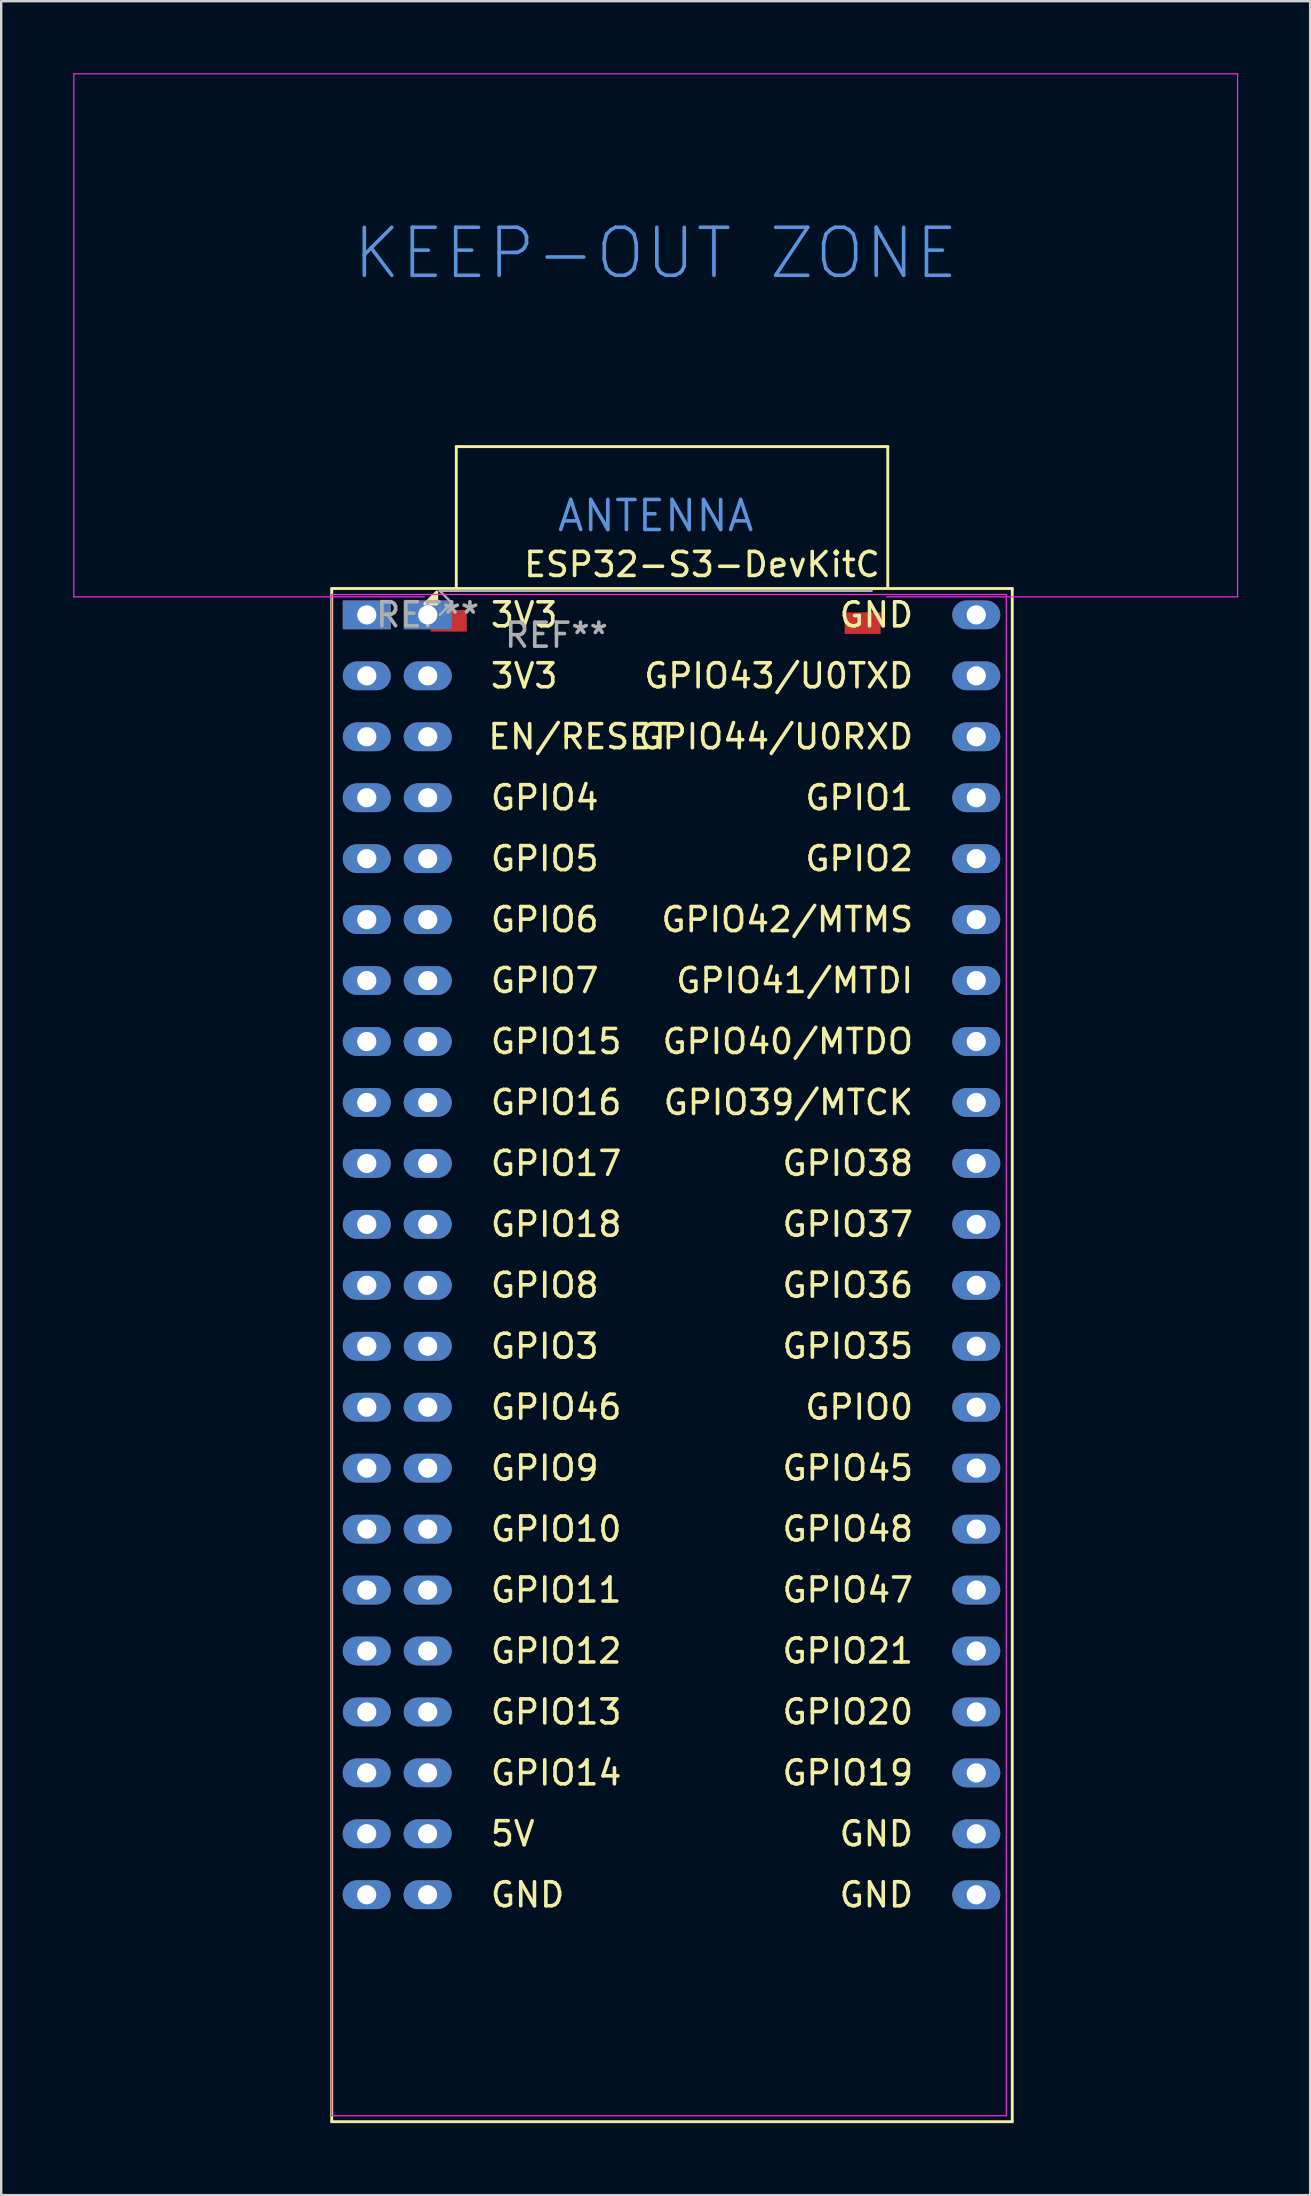
<source format=kicad_pcb>
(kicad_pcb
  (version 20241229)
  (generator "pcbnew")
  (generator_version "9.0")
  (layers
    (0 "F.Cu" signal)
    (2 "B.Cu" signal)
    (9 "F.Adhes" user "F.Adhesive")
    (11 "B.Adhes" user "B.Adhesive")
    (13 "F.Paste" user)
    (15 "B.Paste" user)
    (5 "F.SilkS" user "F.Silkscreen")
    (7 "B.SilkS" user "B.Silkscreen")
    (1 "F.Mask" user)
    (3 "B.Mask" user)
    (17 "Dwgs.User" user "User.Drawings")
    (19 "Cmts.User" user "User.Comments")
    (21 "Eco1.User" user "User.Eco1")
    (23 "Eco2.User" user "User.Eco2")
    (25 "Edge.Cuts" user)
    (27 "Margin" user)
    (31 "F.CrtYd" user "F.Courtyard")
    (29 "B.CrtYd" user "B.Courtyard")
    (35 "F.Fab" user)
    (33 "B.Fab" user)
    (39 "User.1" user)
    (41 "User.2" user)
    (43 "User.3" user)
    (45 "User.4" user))
  (footprint "ESP32-S3-DevKitC"
    (layer "F.Cu")
    (at 35.525 33.825)
    (property "Reference" "ESP32-S3-DevKitC" (at -9.32 -13.35 0) (layer "F.SilkS") (effects (font (size 1 1) (thickness 0.15))))
    (attr through_hole)
    (fp_line (start -24.75 -12.35) (end -24.75 51.547) (stroke (width 0.12) (type solid)) (layer "F.SilkS"))
    (fp_line (start -24.75 51.547) (end 3.61 51.547) (stroke (width 0.12) (type solid)) (layer "F.SilkS"))
    (fp_line (start -19.56 -18.263) (end -1.577 -18.263) (stroke (width 0.12) (type solid)) (layer "F.SilkS"))
    (fp_line (start -19.56 -12.37) (end -19.56 -18.263) (stroke (width 0.12) (type solid)) (layer "F.SilkS"))
    (fp_line (start -1.577 -18.263) (end -1.577 -12.37) (stroke (width 0.12) (type solid)) (layer "F.SilkS"))
    (fp_line (start 3.61 51.547) (end 3.61 -12.35) (stroke (width 0.12) (type solid)) (layer "F.SilkS"))
    (fp_line (start 3.61 -12.35) (end -24.75 -12.35) (stroke (width 0.12) (type solid)) (layer "F.SilkS"))
    (fp_poly (pts (xy -20.375 -11.705) (xy -20.875 -11.705) (xy -20.375 -12.205) (xy -20.375 -11.705)) (stroke (width 0.12) (type solid)) (fill yes) (layer "F.SilkS"))
    (fp_line (start -35.5 -33.8) (end -35.5 -12) (stroke (width 0.05) (type solid)) (layer "F.CrtYd"))
    (fp_line (start -35.5 -12) (end -20.88 -12) (stroke (width 0.05) (type solid)) (layer "F.CrtYd"))
    (fp_line (start -24.75 -12.1) (end 3.36 -12.1) (stroke (width 0.05) (type solid)) (layer "F.CrtYd"))
    (fp_line (start -24.75 51.297) (end -24.75 -12.1) (stroke (width 0.05) (type solid)) (layer "F.CrtYd"))
    (fp_line (start -1.62 -12) (end 13 -12) (stroke (width 0.05) (type solid)) (layer "F.CrtYd"))
    (fp_line (start 3.36 -12.1) (end 3.36 51.297) (stroke (width 0.05) (type solid)) (layer "F.CrtYd"))
    (fp_line (start 3.36 51.297) (end -24.75 51.297) (stroke (width 0.05) (type solid)) (layer "F.CrtYd"))
    (fp_line (start 13 -33.8) (end -35.5 -33.8) (stroke (width 0.05) (type solid)) (layer "F.CrtYd"))
    (fp_line (start 13 -12) (end 13 -33.8) (stroke (width 0.05) (type solid)) (layer "F.CrtYd"))
    (fp_line (start -20.25 -11.25) (end -19.75 -11.75) (stroke (width 0.1) (type solid)) (layer "F.Fab"))
    (fp_line (start -19.75 -11.75) (end -20.25 -12.25) (stroke (width 0.1) (type solid)) (layer "F.Fab"))
    (fp_line (start -2.25 -12.253) (end -20.25 -12.253) (stroke (width 0.1) (type solid)) (layer "F.Fab"))
    (fp_text user "GPIO8" (at -18.21 16.69 0) (unlocked yes) (layer "F.SilkS") (effects (font (size 1 1) (thickness 0.15)) (justify left)))
    (fp_text user "GPIO37" (at -0.43 14.15 0) (unlocked yes) (layer "F.SilkS") (effects (font (size 1 1) (thickness 0.15)) (justify right)))
    (fp_text user "GPIO19" (at -0.43 37.01 0) (unlocked yes) (layer "F.SilkS") (effects (font (size 1 1) (thickness 0.15)) (justify right)))
    (fp_text user "GPIO3" (at -18.21 19.23 0) (unlocked yes) (layer "F.SilkS") (effects (font (size 1 1) (thickness 0.15)) (justify left)))
    (fp_text user "GND" (at -18.21 42.09 0) (unlocked yes) (layer "F.SilkS") (effects (font (size 1 1) (thickness 0.15)) (justify left)))
    (fp_text user "GPIO11" (at -18.21 29.39 0) (unlocked yes) (layer "F.SilkS") (effects (font (size 1 1) (thickness 0.15)) (justify left)))
    (fp_text user "GPIO21" (at -0.43 31.93 0) (unlocked yes) (layer "F.SilkS") (effects (font (size 1 1) (thickness 0.15)) (justify right)))
    (fp_text user "GND" (at -0.43 42.09 0) (unlocked yes) (layer "F.SilkS") (effects (font (size 1 1) (thickness 0.15)) (justify right)))
    (fp_text user "3V3" (at -18.21 -8.71 0) (unlocked yes) (layer "F.SilkS") (effects (font (size 1 1) (thickness 0.15)) (justify left)))
    (fp_text user "GPIO48" (at -0.43 26.85 0) (unlocked yes) (layer "F.SilkS") (effects (font (size 1 1) (thickness 0.15)) (justify right)))
    (fp_text user "GPIO12" (at -18.21 31.93 0) (unlocked yes) (layer "F.SilkS") (effects (font (size 1 1) (thickness 0.15)) (justify left)))
    (fp_text user "GPIO13" (at -18.21 34.47 0) (unlocked yes) (layer "F.SilkS") (effects (font (size 1 1) (thickness 0.15)) (justify left)))
    (fp_text user "GND" (at -0.43 -11.25 0) (unlocked yes) (layer "F.SilkS") (effects (font (size 1 1) (thickness 0.15)) (justify right)))
    (fp_text user "GPIO44/U0RXD" (at -0.43 -6.17 0) (unlocked yes) (layer "F.SilkS") (effects (font (size 1 1) (thickness 0.15)) (justify right)))
    (fp_text user "GPIO18" (at -18.21 14.15 0) (unlocked yes) (layer "F.SilkS") (effects (font (size 1 1) (thickness 0.15)) (justify left)))
    (fp_text user "GPIO39/MTCK" (at -0.43 9.07 0) (unlocked yes) (layer "F.SilkS") (effects (font (size 1 1) (thickness 0.15)) (justify right)))
    (fp_text user "GPIO43/U0TXD" (at -0.43 -8.71 0) (unlocked yes) (layer "F.SilkS") (effects (font (size 1 1) (thickness 0.15)) (justify right)))
    (fp_text user "GPIO38" (at -0.43 11.61 0) (unlocked yes) (layer "F.SilkS") (effects (font (size 1 1) (thickness 0.15)) (justify right)))
    (fp_text user "GPIO42/MTMS" (at -0.43 1.45 0) (unlocked yes) (layer "F.SilkS") (effects (font (size 1 1) (thickness 0.15)) (justify right)))
    (fp_text user "GPIO14" (at -18.21 37.01 0) (unlocked yes) (layer "F.SilkS") (effects (font (size 1 1) (thickness 0.15)) (justify left)))
    (fp_text user "GPIO7" (at -18.21 3.99 0) (unlocked yes) (layer "F.SilkS") (effects (font (size 1 1) (thickness 0.15)) (justify left)))
    (fp_text user "GPIO47" (at -0.43 29.39 0) (unlocked yes) (layer "F.SilkS") (effects (font (size 1 1) (thickness 0.15)) (justify right)))
    (fp_text user "GPIO46" (at -18.21 21.77 0) (unlocked yes) (layer "F.SilkS") (effects (font (size 1 1) (thickness 0.15)) (justify left)))
    (fp_text user "GPIO10" (at -18.21 26.85 0) (unlocked yes) (layer "F.SilkS") (effects (font (size 1 1) (thickness 0.15)) (justify left)))
    (fp_text user "GPIO20" (at -0.43 34.47 0) (unlocked yes) (layer "F.SilkS") (effects (font (size 1 1) (thickness 0.15)) (justify right)))
    (fp_text user "GPIO9" (at -18.21 24.31 0) (unlocked yes) (layer "F.SilkS") (effects (font (size 1 1) (thickness 0.15)) (justify left)))
    (fp_text user "EN/RESET" (at -10.594 -6.173 0) (unlocked yes) (layer "F.SilkS") (effects (font (size 1 1) (thickness 0.15)) (justify right)))
    (fp_text user "GND" (at -0.43 39.55 0) (unlocked yes) (layer "F.SilkS") (effects (font (size 1 1) (thickness 0.15)) (justify right)))
    (fp_text user "GPIO36" (at -0.43 16.69 0) (unlocked yes) (layer "F.SilkS") (effects (font (size 1 1) (thickness 0.15)) (justify right)))
    (fp_text user "GPIO0" (at -0.43 21.77 0) (unlocked yes) (layer "F.SilkS") (effects (font (size 1 1) (thickness 0.15)) (justify right)))
    (fp_text user "GPIO15" (at -18.21 6.53 0) (unlocked yes) (layer "F.SilkS") (effects (font (size 1 1) (thickness 0.15)) (justify left)))
    (fp_text user "GPIO41/MTDI" (at -0.43 3.99 0) (unlocked yes) (layer "F.SilkS") (effects (font (size 1 1) (thickness 0.15)) (justify right)))
    (fp_text user "5V" (at -18.21 39.547 0) (unlocked yes) (layer "F.SilkS") (effects (font (size 1 1) (thickness 0.15)) (justify left)))
    (fp_text user "GPIO35" (at -0.43 19.23 0) (unlocked yes) (layer "F.SilkS") (effects (font (size 1 1) (thickness 0.15)) (justify right)))
    (fp_text user "GPIO6" (at -18.21 1.45 0) (unlocked yes) (layer "F.SilkS") (effects (font (size 1 1) (thickness 0.15)) (justify left)))
    (fp_text user "GPIO45" (at -0.43 24.31 0) (unlocked yes) (layer "F.SilkS") (effects (font (size 1 1) (thickness 0.15)) (justify right)))
    (fp_text user "GPIO1" (at -0.43 -3.63 0) (unlocked yes) (layer "F.SilkS") (effects (font (size 1 1) (thickness 0.15)) (justify right)))
    (fp_text user "GPIO5" (at -18.21 -1.09 0) (unlocked yes) (layer "F.SilkS") (effects (font (size 1 1) (thickness 0.15)) (justify left)))
    (fp_text user "GPIO16" (at -18.21 9.07 0) (unlocked yes) (layer "F.SilkS") (effects (font (size 1 1) (thickness 0.15)) (justify left)))
    (fp_text user "GPIO17" (at -18.21 11.61 0) (unlocked yes) (layer "F.SilkS") (effects (font (size 1 1) (thickness 0.15)) (justify left)))
    (fp_text user "GPIO2" (at -0.43 -1.09 0) (unlocked yes) (layer "F.SilkS") (effects (font (size 1 1) (thickness 0.15)) (justify right)))
    (fp_text user "GPIO40/MTDO" (at -0.43 6.53 0) (unlocked yes) (layer "F.SilkS") (effects (font (size 1 1) (thickness 0.15)) (justify right)))
    (fp_text user "GPIO4" (at -18.21 -3.63 0) (unlocked yes) (layer "F.SilkS") (effects (font (size 1 1) (thickness 0.15)) (justify left)))
    (fp_text user "3V3" (at -18.21 -11.25 0) (unlocked yes) (layer "F.SilkS") (effects (font (size 1 1) (thickness 0.15)) (justify left)))
    (fp_text user "KEEP-OUT ZONE" (at -11.25 -26.32 0) (layer "Cmts.User") (effects (font (size 2 2) (thickness 0.15))))
    (fp_text user "ANTENNA" (at -11.25 -15.38 0) (layer "Cmts.User") (effects (font (size 1.25 1.25) (thickness 0.15))))
    (fp_text user "REF**" (at -15.384 -10.403 0) (layer "F.Fab") (effects (font (size 1 1) (thickness 0.15))))
    (fp_text user "REF**" (at -20.754 -11.253 0) (layer "F.Fab") (effects (font (size 1 1) (thickness 0.15))))
    (pad "1" thru_hole rect (at -23.29 -11.25 270) (size 1.2 2) (drill 0.8) (layers "*.Cu" "*.Mask"))
    (pad "1" thru_hole rect (at -20.75 -11.25 270) (size 1.2 2) (drill 0.8) (layers "*.Cu" "*.Mask"))
    (pad "1" smd rect (at -19.875 -11.005) (size 1.5 0.9) (layers "F.Cu" "F.Mask" "F.Paste"))
    (pad "2" thru_hole oval (at -23.29 -8.71 270) (size 1.2 2) (drill 0.8) (layers "*.Cu" "*.Mask"))
    (pad "2" thru_hole oval (at -20.75 -8.71 270) (size 1.2 2) (drill 0.8) (layers "*.Cu" "*.Mask"))
    (pad "3" thru_hole oval (at -23.29 -6.17 270) (size 1.2 2) (drill 0.8) (layers "*.Cu" "*.Mask"))
    (pad "3" thru_hole oval (at -20.75 -6.17 270) (size 1.2 2) (drill 0.8) (layers "*.Cu" "*.Mask"))
    (pad "4" thru_hole oval (at -23.29 -3.63 270) (size 1.2 2) (drill 0.8) (layers "*.Cu" "*.Mask"))
    (pad "4" thru_hole oval (at -20.75 -3.63 270) (size 1.2 2) (drill 0.8) (layers "*.Cu" "*.Mask"))
    (pad "5" thru_hole oval (at -23.29 -1.09 270) (size 1.2 2) (drill 0.8) (layers "*.Cu" "*.Mask"))
    (pad "5" thru_hole oval (at -20.75 -1.09 270) (size 1.2 2) (drill 0.8) (layers "*.Cu" "*.Mask"))
    (pad "6" thru_hole oval (at -23.29 1.45 270) (size 1.2 2) (drill 0.8) (layers "*.Cu" "*.Mask"))
    (pad "6" thru_hole oval (at -20.75 1.45 270) (size 1.2 2) (drill 0.8) (layers "*.Cu" "*.Mask"))
    (pad "7" thru_hole oval (at -23.29 3.99 270) (size 1.2 2) (drill 0.8) (layers "*.Cu" "*.Mask"))
    (pad "7" thru_hole oval (at -20.75 3.99 270) (size 1.2 2) (drill 0.8) (layers "*.Cu" "*.Mask"))
    (pad "8" thru_hole oval (at -23.29 6.53 270) (size 1.2 2) (drill 0.8) (layers "*.Cu" "*.Mask"))
    (pad "8" thru_hole oval (at -20.75 6.53 270) (size 1.2 2) (drill 0.8) (layers "*.Cu" "*.Mask"))
    (pad "9" thru_hole oval (at -23.29 9.07 270) (size 1.2 2) (drill 0.8) (layers "*.Cu" "*.Mask"))
    (pad "9" thru_hole oval (at -20.75 9.07 270) (size 1.2 2) (drill 0.8) (layers "*.Cu" "*.Mask"))
    (pad "10" thru_hole oval (at -23.29 11.61 270) (size 1.2 2) (drill 0.8) (layers "*.Cu" "*.Mask"))
    (pad "10" thru_hole oval (at -20.75 11.61 270) (size 1.2 2) (drill 0.8) (layers "*.Cu" "*.Mask"))
    (pad "11" thru_hole oval (at -23.29 14.15 270) (size 1.2 2) (drill 0.8) (layers "*.Cu" "*.Mask"))
    (pad "11" thru_hole oval (at -20.75 14.15 270) (size 1.2 2) (drill 0.8) (layers "*.Cu" "*.Mask"))
    (pad "12" thru_hole oval (at -23.29 16.69 270) (size 1.2 2) (drill 0.8) (layers "*.Cu" "*.Mask"))
    (pad "12" thru_hole oval (at -20.75 16.69 270) (size 1.2 2) (drill 0.8) (layers "*.Cu" "*.Mask"))
    (pad "13" thru_hole oval (at -23.29 19.23 270) (size 1.2 2) (drill 0.8) (layers "*.Cu" "*.Mask"))
    (pad "13" thru_hole oval (at -20.75 19.23 270) (size 1.2 2) (drill 0.8) (layers "*.Cu" "*.Mask"))
    (pad "14" thru_hole oval (at -23.29 21.77 270) (size 1.2 2) (drill 0.8) (layers "*.Cu" "*.Mask"))
    (pad "14" thru_hole oval (at -20.75 21.77 270) (size 1.2 2) (drill 0.8) (layers "*.Cu" "*.Mask"))
    (pad "15" thru_hole oval (at -23.29 24.31 270) (size 1.2 2) (drill 0.8) (layers "*.Cu" "*.Mask"))
    (pad "15" thru_hole oval (at -20.75 24.31 270) (size 1.2 2) (drill 0.8) (layers "*.Cu" "*.Mask"))
    (pad "16" thru_hole oval (at -23.29 26.85 270) (size 1.2 2) (drill 0.8) (layers "*.Cu" "*.Mask"))
    (pad "16" thru_hole oval (at -20.75 26.85 270) (size 1.2 2) (drill 0.8) (layers "*.Cu" "*.Mask"))
    (pad "17" thru_hole oval (at -23.29 29.39 270) (size 1.2 2) (drill 0.8) (layers "*.Cu" "*.Mask"))
    (pad "17" thru_hole oval (at -20.75 29.39 270) (size 1.2 2) (drill 0.8) (layers "*.Cu" "*.Mask"))
    (pad "18" thru_hole oval (at -23.29 31.93 270) (size 1.2 2) (drill 0.8) (layers "*.Cu" "*.Mask"))
    (pad "18" thru_hole oval (at -20.75 31.93 270) (size 1.2 2) (drill 0.8) (layers "*.Cu" "*.Mask"))
    (pad "19" thru_hole oval (at -23.29 34.47 270) (size 1.2 2) (drill 0.8) (layers "*.Cu" "*.Mask"))
    (pad "19" thru_hole oval (at -20.75 34.47 270) (size 1.2 2) (drill 0.8) (layers "*.Cu" "*.Mask"))
    (pad "20" thru_hole oval (at -23.294 37.007 270) (size 1.2 2) (drill 0.8) (layers "*.Cu" "*.Mask"))
    (pad "20" thru_hole oval (at -20.754 37.007 270) (size 1.2 2) (drill 0.8) (layers "*.Cu" "*.Mask"))
    (pad "21" thru_hole oval (at -23.294 39.547 270) (size 1.2 2) (drill 0.8) (layers "*.Cu" "*.Mask"))
    (pad "21" thru_hole oval (at -20.754 39.547 270) (size 1.2 2) (drill 0.8) (layers "*.Cu" "*.Mask"))
    (pad "22" thru_hole oval (at -23.294 42.087 270) (size 1.2 2) (drill 0.8) (layers "*.Cu" "*.Mask"))
    (pad "22" thru_hole oval (at -20.754 42.087 270) (size 1.2 2) (drill 0.8) (layers "*.Cu" "*.Mask"))
    (pad "23" thru_hole oval (at 2.11 42.09 270) (size 1.2 2) (drill 0.8) (layers "*.Cu" "*.Mask"))
    (pad "24" thru_hole oval (at 2.11 39.55 270) (size 1.2 2) (drill 0.8) (layers "*.Cu" "*.Mask"))
    (pad "25" thru_hole oval (at 2.11 37.01 270) (size 1.2 2) (drill 0.8) (layers "*.Cu" "*.Mask"))
    (pad "26" thru_hole oval (at 2.11 34.47 270) (size 1.2 2) (drill 0.8) (layers "*.Cu" "*.Mask"))
    (pad "27" thru_hole oval (at 2.11 31.93 270) (size 1.2 2) (drill 0.8) (layers "*.Cu" "*.Mask"))
    (pad "28" thru_hole oval (at 2.11 29.39 270) (size 1.2 2) (drill 0.8) (layers "*.Cu" "*.Mask"))
    (pad "29" thru_hole oval (at 2.11 26.85 270) (size 1.2 2) (drill 0.8) (layers "*.Cu" "*.Mask"))
    (pad "30" thru_hole oval (at 2.11 24.31 270) (size 1.2 2) (drill 0.8) (layers "*.Cu" "*.Mask"))
    (pad "31" thru_hole oval (at 2.11 21.77 270) (size 1.2 2) (drill 0.8) (layers "*.Cu" "*.Mask"))
    (pad "32" thru_hole oval (at 2.11 19.23 270) (size 1.2 2) (drill 0.8) (layers "*.Cu" "*.Mask"))
    (pad "33" thru_hole oval (at 2.11 16.69 270) (size 1.2 2) (drill 0.8) (layers "*.Cu" "*.Mask"))
    (pad "34" thru_hole oval (at 2.11 14.15 270) (size 1.2 2) (drill 0.8) (layers "*.Cu" "*.Mask"))
    (pad "35" thru_hole oval (at 2.11 11.61 270) (size 1.2 2) (drill 0.8) (layers "*.Cu" "*.Mask"))
    (pad "36" thru_hole oval (at 2.11 9.07 270) (size 1.2 2) (drill 0.8) (layers "*.Cu" "*.Mask"))
    (pad "37" thru_hole oval (at 2.11 6.53 270) (size 1.2 2) (drill 0.8) (layers "*.Cu" "*.Mask"))
    (pad "38" thru_hole oval (at 2.11 3.99 270) (size 1.2 2) (drill 0.8) (layers "*.Cu" "*.Mask"))
    (pad "39" thru_hole oval (at 2.11 1.45 270) (size 1.2 2) (drill 0.8) (layers "*.Cu" "*.Mask"))
    (pad "40" thru_hole oval (at 2.11 -1.09 270) (size 1.2 2) (drill 0.8) (layers "*.Cu" "*.Mask"))
    (pad "41" thru_hole oval (at 2.11 -3.63 270) (size 1.2 2) (drill 0.8) (layers "*.Cu" "*.Mask"))
    (pad "42" smd rect (at -2.625 -10.905) (size 1.5 0.9) (layers "F.Cu" "F.Mask" "F.Paste"))
    (pad "42" thru_hole oval (at 2.11 -6.17 270) (size 1.2 2) (drill 0.8) (layers "*.Cu" "*.Mask"))
    (pad "43" thru_hole oval (at 2.11 -8.71 270) (size 1.2 2) (drill 0.8) (layers "*.Cu" "*.Mask"))
    (pad "44" thru_hole oval (at 2.11 -11.25 270) (size 1.2 2) (drill 0.8) (layers "*.Cu" "*.Mask"))
    (zone (net_name "") (layers "F.Cu" "B.Cu") (hatch full 0.508) (connect_pads) (min_thickness 0.254) (filled_areas_thickness no) (keepout (tracks not_allowed) (vias not_allowed) (pads not_allowed) (copperpour not_allowed) (footprints not_allowed)) (placement (enabled no)) (fill) (polygon (pts (xy 0.275 21.572) (xy 48.275 21.572) (xy 48.275 0.272) (xy 0.275 0.272)))))
  (gr_rect
    (start -3 -3)
    (end 51.55 88.432)
    (stroke (width 0.1) (type default))
    (fill no)
    (layer "Edge.Cuts")))
</source>
